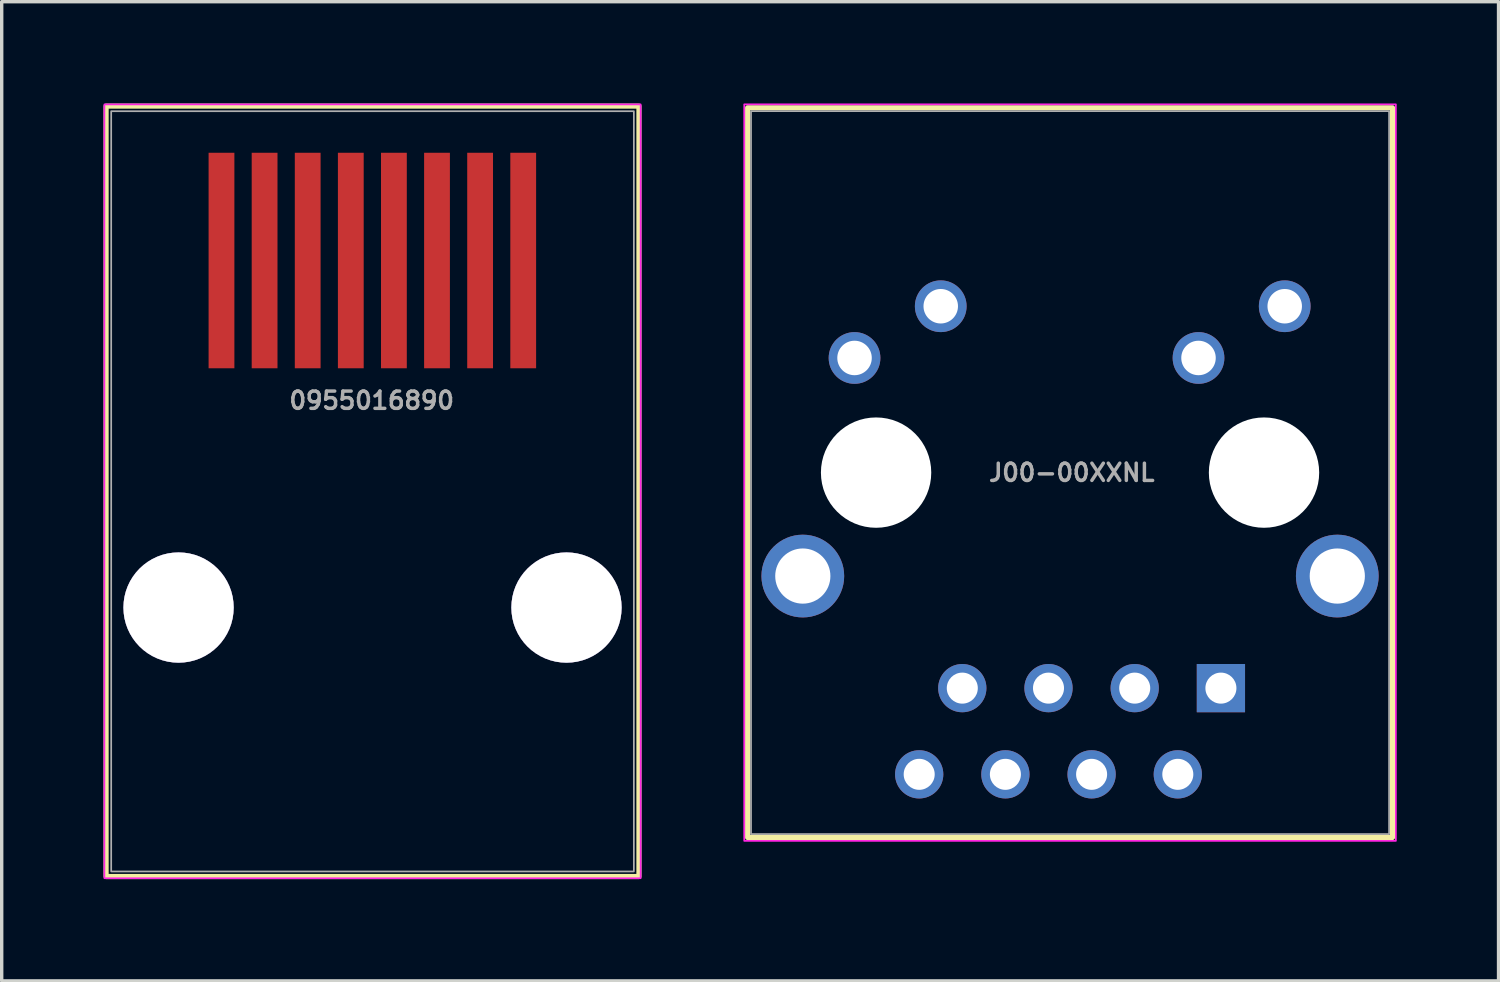
<source format=kicad_pcb>
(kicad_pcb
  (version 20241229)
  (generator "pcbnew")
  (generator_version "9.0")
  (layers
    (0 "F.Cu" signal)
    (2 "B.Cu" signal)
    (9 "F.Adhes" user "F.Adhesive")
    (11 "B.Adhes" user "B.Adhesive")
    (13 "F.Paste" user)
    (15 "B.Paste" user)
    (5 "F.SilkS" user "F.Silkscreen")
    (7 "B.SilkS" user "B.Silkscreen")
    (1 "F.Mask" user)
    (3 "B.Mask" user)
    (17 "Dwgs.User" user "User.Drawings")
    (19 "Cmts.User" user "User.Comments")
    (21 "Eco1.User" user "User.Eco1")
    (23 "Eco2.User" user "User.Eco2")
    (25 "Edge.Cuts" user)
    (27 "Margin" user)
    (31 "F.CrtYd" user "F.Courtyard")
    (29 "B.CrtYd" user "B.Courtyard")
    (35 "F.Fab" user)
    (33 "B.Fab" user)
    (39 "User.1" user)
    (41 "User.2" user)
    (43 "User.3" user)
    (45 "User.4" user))
  (footprint "0955016890"
    (layer "F.Cu")
    (at 3.076 1.426)
    (property "Reference" "0955016890" (at 4.825 7.325 0) (layer "F.Fab") (effects (font (size 0.508 0.508) (thickness 0.102))))
    (attr smd)
    (fp_rect (start -3 -1.35) (end 12.7 21.35) (stroke (width 0.152) (type solid)) (fill no) (layer "F.SilkS"))
    (fp_rect (start -3.05 -1.4) (end 12.75 21.4) (stroke (width 0.05) (type solid)) (fill no) (layer "F.CrtYd"))
    (fp_rect (start -2.85 -1.2) (end 12.55 21.2) (stroke (width 0.051) (type solid)) (fill no) (layer "F.Fab"))
    (pad "1" smd rect (at 0.4 3.2) (size 0.76 6.35) (layers "F.Cu" "F.Mask" "F.Paste"))
    (pad "2" smd rect (at 1.67 3.2) (size 0.76 6.35) (layers "F.Cu" "F.Mask" "F.Paste"))
    (pad "3" smd rect (at 2.94 3.2) (size 0.76 6.35) (layers "F.Cu" "F.Mask" "F.Paste"))
    (pad "4" smd rect (at 4.21 3.2) (size 0.76 6.35) (layers "F.Cu" "F.Mask" "F.Paste"))
    (pad "5" smd rect (at 5.48 3.2) (size 0.76 6.35) (layers "F.Cu" "F.Mask" "F.Paste"))
    (pad "6" smd rect (at 6.75 3.2) (size 0.76 6.35) (layers "F.Cu" "F.Mask" "F.Paste"))
    (pad "7" smd rect (at 8.02 3.2) (size 0.76 6.35) (layers "F.Cu" "F.Mask" "F.Paste"))
    (pad "8" smd rect (at 9.29 3.2) (size 0.76 6.35) (layers "F.Cu" "F.Mask" "F.Paste"))
    (pad "123" thru_hole circle (at -0.865 13.425) (size 3.25 3.25) (drill 3.25) (layers "*.Cu" "*.Mask"))
    (pad "123" thru_hole circle (at 10.565 13.425) (size 3.25 3.25) (drill 3.25) (layers "*.Cu" "*.Mask")))
  (footprint "J00-00XXNL"
    (layer "F.Cu")
    (at 28.478 10.875)
    (property "Reference" "J00-00XXNL" (at 0.05 0 180) (layer "F.Fab") (effects (font (size 0.508 0.508) (thickness 0.102))))
    (attr through_hole)
    (fp_rect (start 9.5 10.75) (end -9.5 -10.75) (stroke (width 0.152) (type solid)) (fill no) (layer "F.SilkS"))
    (fp_rect (start 9.6 10.85) (end -9.6 -10.85) (stroke (width 0.051) (type solid)) (fill no) (layer "F.CrtYd"))
    (fp_rect (start -9.4 -10.65) (end 9.4 10.65) (stroke (width 0.051) (type solid)) (fill no) (layer "F.Fab"))
    (pad "" np_thru_hole circle (at -5.715 0) (size 3.251 3.251) (drill 3.251) (layers "*.Cu" "*.Mask"))
    (pad "" np_thru_hole circle (at 5.715 0) (size 3.251 3.251) (drill 3.251) (layers "*.Cu" "*.Mask"))
    (pad "1" thru_hole rect (at 4.445 6.35) (size 1.422 1.422) (drill 0.914) (layers "*.Cu" "*.Mask"))
    (pad "2" thru_hole circle (at 3.175 8.89) (size 1.422 1.422) (drill 0.914) (layers "*.Cu" "*.Mask"))
    (pad "3" thru_hole circle (at 1.905 6.35) (size 1.422 1.422) (drill 0.914) (layers "*.Cu" "*.Mask"))
    (pad "4" thru_hole circle (at 0.635 8.89) (size 1.422 1.422) (drill 0.914) (layers "*.Cu" "*.Mask"))
    (pad "5" thru_hole circle (at -0.635 6.35) (size 1.422 1.422) (drill 0.914) (layers "*.Cu" "*.Mask"))
    (pad "6" thru_hole circle (at -1.905 8.89) (size 1.422 1.422) (drill 0.914) (layers "*.Cu" "*.Mask"))
    (pad "7" thru_hole circle (at -3.175 6.35) (size 1.422 1.422) (drill 0.914) (layers "*.Cu" "*.Mask"))
    (pad "8" thru_hole circle (at -4.445 8.89) (size 1.422 1.422) (drill 0.914) (layers "*.Cu" "*.Mask"))
    (pad "9" thru_hole circle (at 6.325 -4.902) (size 1.524 1.524) (drill 1.016) (layers "*.Cu" "*.Mask"))
    (pad "10" thru_hole circle (at 3.785 -3.378) (size 1.524 1.524) (drill 1.016) (layers "*.Cu" "*.Mask"))
    (pad "11" thru_hole circle (at -3.81 -4.902) (size 1.524 1.524) (drill 1.016) (layers "*.Cu" "*.Mask"))
    (pad "12" thru_hole circle (at -6.35 -3.378) (size 1.524 1.524) (drill 1.016) (layers "*.Cu" "*.Mask"))
    (pad "S1" thru_hole circle (at -7.874 3.048) (size 2.438 2.438) (drill 1.626) (layers "*.Cu" "*.Mask"))
    (pad "S2" thru_hole circle (at 7.874 3.048) (size 2.438 2.438) (drill 1.626) (layers "*.Cu" "*.Mask")))
  (gr_rect
    (start -3 -3)
    (end 41.103 25.852)
    (stroke (width 0.1) (type default))
    (fill no)
    (layer "Edge.Cuts")))
</source>
